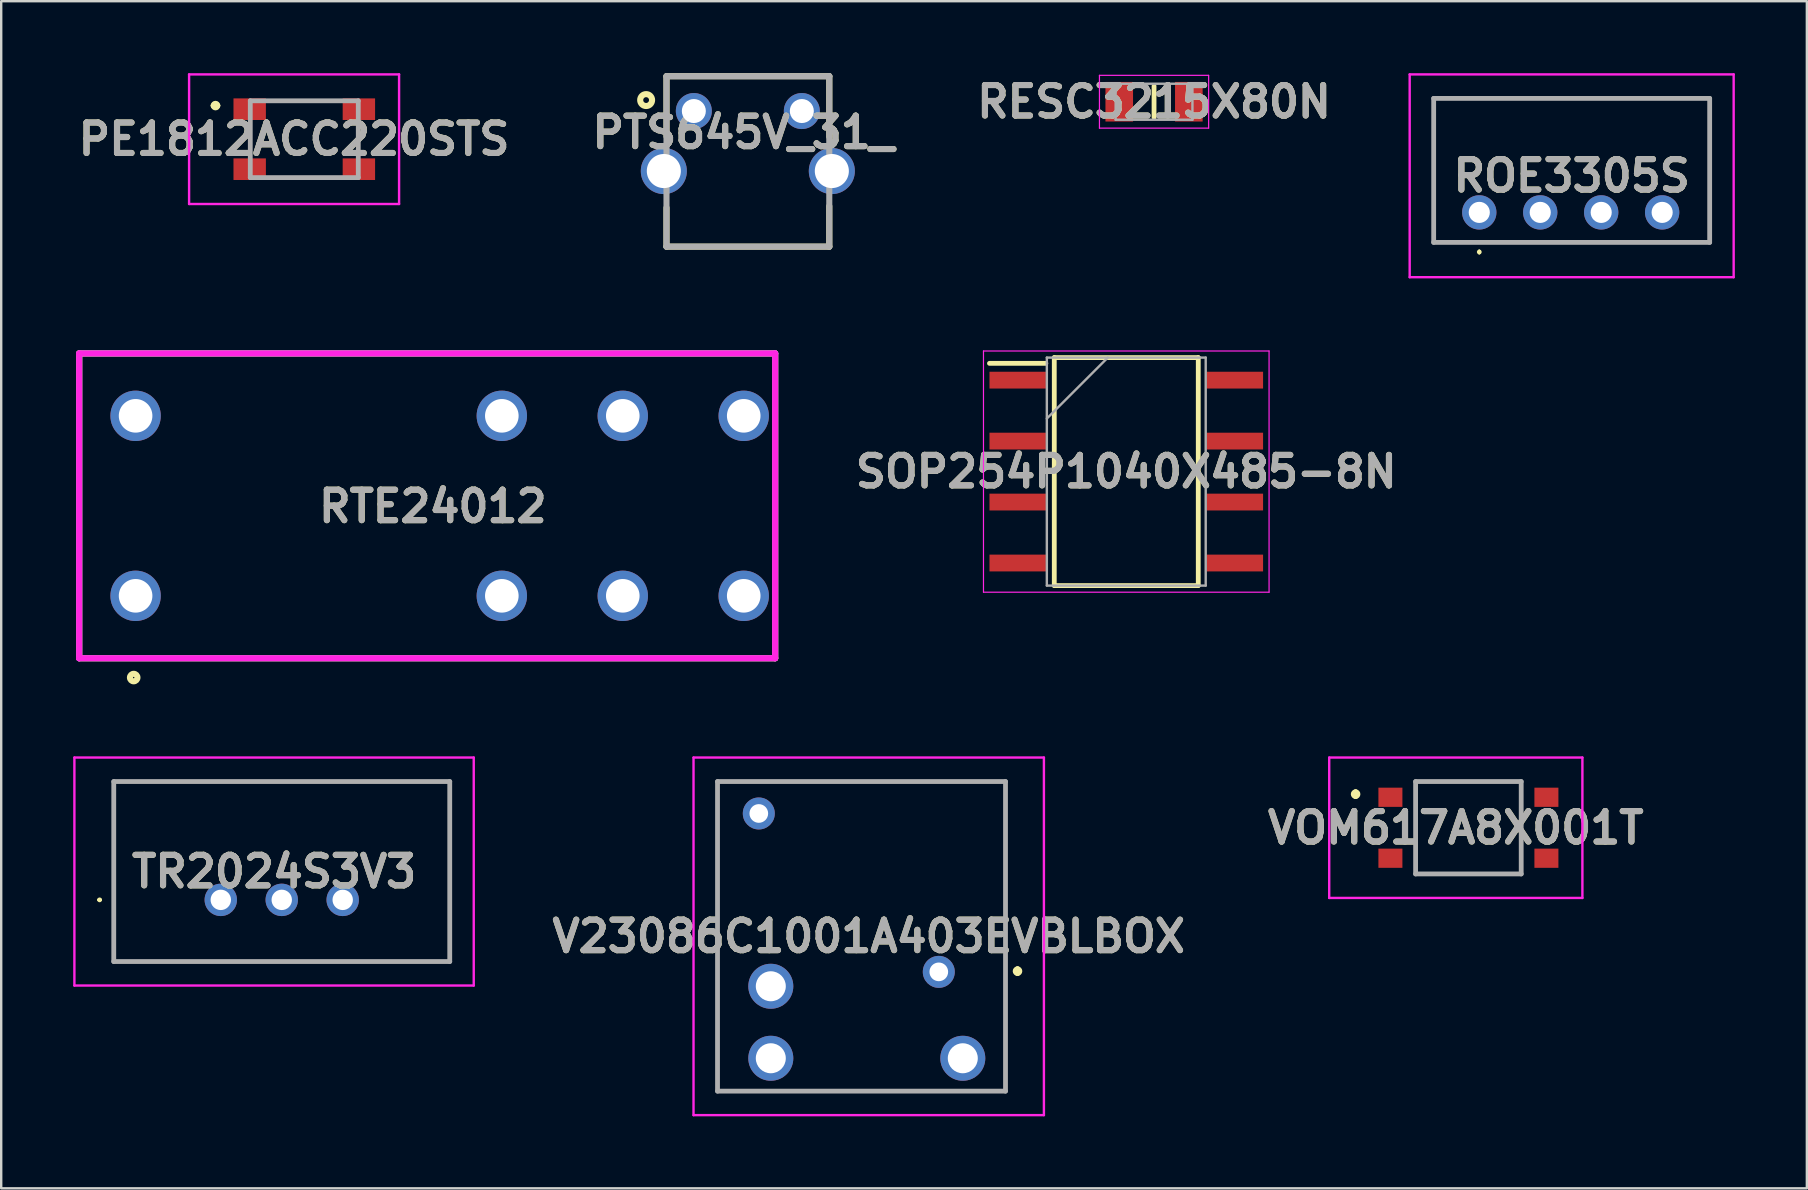
<source format=kicad_pcb>
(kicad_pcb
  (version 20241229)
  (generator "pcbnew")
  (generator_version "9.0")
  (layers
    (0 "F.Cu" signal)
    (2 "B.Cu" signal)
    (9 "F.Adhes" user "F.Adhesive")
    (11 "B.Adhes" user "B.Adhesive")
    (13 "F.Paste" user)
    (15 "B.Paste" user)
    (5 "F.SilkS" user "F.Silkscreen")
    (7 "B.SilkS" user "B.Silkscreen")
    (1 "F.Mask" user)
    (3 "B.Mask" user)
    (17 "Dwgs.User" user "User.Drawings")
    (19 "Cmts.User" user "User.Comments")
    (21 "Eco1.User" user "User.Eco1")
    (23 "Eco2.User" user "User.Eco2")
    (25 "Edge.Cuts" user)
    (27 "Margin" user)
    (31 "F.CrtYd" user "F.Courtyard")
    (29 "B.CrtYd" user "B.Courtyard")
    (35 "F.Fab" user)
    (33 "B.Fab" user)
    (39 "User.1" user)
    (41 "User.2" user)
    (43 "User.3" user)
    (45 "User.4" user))
  (footprint "PE1812ACC220STS"
    (layer "F.Cu")
    (at 9.629 2.75)
    (property "Reference" "PE1812ACC220STS" (at -0.425 0 0) (layer "F.SilkS") (effects (font (size 1.27 1.27) (thickness 0.254))))
    (attr smd)
    (fp_line (start -3.8 -1.4) (end -3.8 -1.4) (stroke (width 0.2) (type solid)) (layer "F.SilkS"))
    (fp_line (start -3.6 -1.4) (end -3.6 -1.4) (stroke (width 0.2) (type solid)) (layer "F.SilkS"))
    (fp_line (start -1 -1.6) (end 1 -1.6) (stroke (width 0.1) (type solid)) (layer "F.SilkS"))
    (fp_line (start -0.8 1.6) (end 1.2 1.6) (stroke (width 0.1) (type solid)) (layer "F.SilkS"))
    (fp_arc (start -3.8 -1.4) (mid -3.7 -1.5) (end -3.6 -1.4) (stroke (width 0.2) (type solid)) (layer "F.SilkS"))
    (fp_arc (start -3.6 -1.4) (mid -3.7 -1.3) (end -3.8 -1.4) (stroke (width 0.2) (type solid)) (layer "F.SilkS"))
    (fp_line (start -4.8 -2.7) (end 3.95 -2.7) (stroke (width 0.1) (type solid)) (layer "F.CrtYd"))
    (fp_line (start -4.8 2.7) (end -4.8 -2.7) (stroke (width 0.1) (type solid)) (layer "F.CrtYd"))
    (fp_line (start 3.95 -2.7) (end 3.95 2.7) (stroke (width 0.1) (type solid)) (layer "F.CrtYd"))
    (fp_line (start 3.95 2.7) (end -4.8 2.7) (stroke (width 0.1) (type solid)) (layer "F.CrtYd"))
    (fp_line (start -2.25 -1.6) (end 2.25 -1.6) (stroke (width 0.2) (type solid)) (layer "F.Fab"))
    (fp_line (start -2.25 1.6) (end -2.25 -1.6) (stroke (width 0.2) (type solid)) (layer "F.Fab"))
    (fp_line (start 2.25 -1.6) (end 2.25 1.6) (stroke (width 0.2) (type solid)) (layer "F.Fab"))
    (fp_line (start 2.25 1.6) (end -2.25 1.6) (stroke (width 0.2) (type solid)) (layer "F.Fab"))
    (fp_text user "${REFERENCE}" (at -0.425 0 0) (layer "F.Fab") (effects (font (size 1.27 1.27) (thickness 0.254))))
    (pad "1" smd rect (at -2.275 -1.25 90) (size 0.9 1.35) (layers "F.Cu" "F.Mask" "F.Paste"))
    (pad "2" smd rect (at -2.275 1.25 90) (size 0.9 1.35) (layers "F.Cu" "F.Mask" "F.Paste"))
    (pad "3" smd rect (at 2.275 1.25 90) (size 0.9 1.35) (layers "F.Cu" "F.Mask" "F.Paste"))
    (pad "4" smd rect (at 2.275 -1.25 90) (size 0.9 1.35) (layers "F.Cu" "F.Mask" "F.Paste")))
  (footprint "PTS645V_31_"
    (layer "F.Cu")
    (at 24.722 7.227)
    (property "Reference" "PTS645V_31_" (at 3.2 -4.762 0) (layer "F.SilkS") (effects (font (size 1.27 1.27) (thickness 0.254))))
    (attr through_hole)
    (fp_line (start 0 -7.1) (end 0 -4.592) (stroke (width 0.254) (type solid)) (layer "F.SilkS"))
    (fp_line (start 0 -7.1) (end 6.783 -7.1) (stroke (width 0.254) (type solid)) (layer "F.SilkS"))
    (fp_line (start 0 0) (end 0 -1.619) (stroke (width 0.254) (type solid)) (layer "F.SilkS"))
    (fp_line (start 0 0) (end 6.783 0) (stroke (width 0.254) (type solid)) (layer "F.SilkS"))
    (fp_line (start 6.783 -7.1) (end 6.783 -4.578) (stroke (width 0.254) (type solid)) (layer "F.SilkS"))
    (fp_line (start 6.783 0) (end 6.783 -1.689) (stroke (width 0.254) (type solid)) (layer "F.SilkS"))
    (fp_circle (center -0.849 -6.107) (end -0.849 -5.986) (stroke (width 0.254) (type solid)) (fill no) (layer "F.SilkS"))
    (fp_line (start 0 -7.1) (end 6.783 -7.1) (stroke (width 0.254) (type solid)) (layer "F.Fab"))
    (fp_line (start 0 0) (end 0 -7.1) (stroke (width 0.254) (type solid)) (layer "F.Fab"))
    (fp_line (start 6.783 -7.1) (end 6.783 0) (stroke (width 0.254) (type solid)) (layer "F.Fab"))
    (fp_line (start 6.783 0) (end 0 0) (stroke (width 0.254) (type solid)) (layer "F.Fab"))
    (fp_text user "${REFERENCE}" (at 3.2 -4.762 0) (layer "F.Fab") (effects (font (size 1.27 1.27) (thickness 0.254))))
    (pad "1" thru_hole circle (at 1.139 -5.65) (size 1.5 1.5) (drill 1) (layers "*.Cu" "*.Mask"))
    (pad "2" thru_hole circle (at 5.639 -5.65) (size 1.5 1.5) (drill 1) (layers "*.Cu" "*.Mask"))
    (pad "3" thru_hole circle (at 6.889 -3.15) (size 1.92 1.92) (drill 1.42) (layers "*.Cu" "*.Mask"))
    (pad "4" thru_hole circle (at -0.111 -3.15) (size 1.92 1.92) (drill 1.42) (layers "*.Cu" "*.Mask")))
  (footprint "V23086C1001A403EVBLBOX"
    (layer "F.Cu")
    (at 36.068 37.446)
    (property "Reference" "V23086C1001A403EVBLBOX" (at -2.92 -1.48 0) (layer "F.SilkS") (effects (font (size 1.27 1.27) (thickness 0.254))))
    (attr through_hole)
    (fp_line (start -9.22 -7.93) (end 2.78 -7.93) (stroke (width 0.1) (type solid)) (layer "F.SilkS"))
    (fp_line (start -9.22 4.97) (end -9.22 -7.93) (stroke (width 0.1) (type solid)) (layer "F.SilkS"))
    (fp_line (start 2.78 -7.93) (end 2.78 4.97) (stroke (width 0.1) (type solid)) (layer "F.SilkS"))
    (fp_line (start 2.78 4.97) (end -9.22 4.97) (stroke (width 0.1) (type solid)) (layer "F.SilkS"))
    (fp_line (start 3.28 -0.13) (end 3.28 -0.13) (stroke (width 0.2) (type solid)) (layer "F.SilkS"))
    (fp_line (start 3.28 0.07) (end 3.28 0.07) (stroke (width 0.2) (type solid)) (layer "F.SilkS"))
    (fp_arc (start 3.28 -0.13) (mid 3.38 -0.03) (end 3.28 0.07) (stroke (width 0.2) (type solid)) (layer "F.SilkS"))
    (fp_arc (start 3.28 0.07) (mid 3.18 -0.03) (end 3.28 -0.13) (stroke (width 0.2) (type solid)) (layer "F.SilkS"))
    (fp_line (start -10.22 -8.93) (end 4.38 -8.93) (stroke (width 0.1) (type solid)) (layer "F.CrtYd"))
    (fp_line (start -10.22 5.97) (end -10.22 -8.93) (stroke (width 0.1) (type solid)) (layer "F.CrtYd"))
    (fp_line (start 4.38 -8.93) (end 4.38 5.97) (stroke (width 0.1) (type solid)) (layer "F.CrtYd"))
    (fp_line (start 4.38 5.97) (end -10.22 5.97) (stroke (width 0.1) (type solid)) (layer "F.CrtYd"))
    (fp_line (start -9.22 -7.93) (end 2.78 -7.93) (stroke (width 0.2) (type solid)) (layer "F.Fab"))
    (fp_line (start -9.22 4.97) (end -9.22 -7.93) (stroke (width 0.2) (type solid)) (layer "F.Fab"))
    (fp_line (start 2.78 -7.93) (end 2.78 4.97) (stroke (width 0.2) (type solid)) (layer "F.Fab"))
    (fp_line (start 2.78 4.97) (end -9.22 4.97) (stroke (width 0.2) (type solid)) (layer "F.Fab"))
    (fp_text user "${REFERENCE}" (at -2.92 -1.48 0) (layer "F.Fab") (effects (font (size 1.27 1.27) (thickness 0.254))))
    (pad "1" thru_hole circle (at 0 0) (size 1.333 1.333) (drill 0.778) (layers "*.Cu" "*.Mask"))
    (pad "2" thru_hole circle (at -7.5 -6.6) (size 1.333 1.333) (drill 0.778) (layers "*.Cu" "*.Mask"))
    (pad "3" thru_hole circle (at -7 3.6) (size 1.875 1.875) (drill 1.25) (layers "*.Cu" "*.Mask"))
    (pad "4" thru_hole circle (at 1 3.6) (size 1.875 1.875) (drill 1.25) (layers "*.Cu" "*.Mask"))
    (pad "5" thru_hole circle (at -7 0.6) (size 1.875 1.875) (drill 1.25) (layers "*.Cu" "*.Mask")))
  (footprint "RESC3215X80N"
    (layer "F.Cu")
    (at 45.037 1.189)
    (property "Reference" "RESC3215X80N" (at 0 0 0) (layer "F.SilkS") (effects (font (size 1.27 1.27) (thickness 0.254))))
    (attr smd)
    (fp_line (start 0 -0.65) (end 0 0.65) (stroke (width 0.2) (type solid)) (layer "F.SilkS"))
    (fp_line (start -2.275 -1.1) (end 2.275 -1.1) (stroke (width 0.05) (type solid)) (layer "F.CrtYd"))
    (fp_line (start -2.275 1.1) (end -2.275 -1.1) (stroke (width 0.05) (type solid)) (layer "F.CrtYd"))
    (fp_line (start 2.275 -1.1) (end 2.275 1.1) (stroke (width 0.05) (type solid)) (layer "F.CrtYd"))
    (fp_line (start 2.275 1.1) (end -2.275 1.1) (stroke (width 0.05) (type solid)) (layer "F.CrtYd"))
    (fp_line (start -1.6 -0.75) (end 1.6 -0.75) (stroke (width 0.1) (type solid)) (layer "F.Fab"))
    (fp_line (start -1.6 0.75) (end -1.6 -0.75) (stroke (width 0.1) (type solid)) (layer "F.Fab"))
    (fp_line (start 1.6 -0.75) (end 1.6 0.75) (stroke (width 0.1) (type solid)) (layer "F.Fab"))
    (fp_line (start 1.6 0.75) (end -1.6 0.75) (stroke (width 0.1) (type solid)) (layer "F.Fab"))
    (fp_text user "${REFERENCE}" (at 0 0 0) (layer "F.Fab") (effects (font (size 1.27 1.27) (thickness 0.254))))
    (pad "1" smd rect (at -1.45 0) (size 1.15 1.65) (layers "F.Cu" "F.Mask" "F.Paste"))
    (pad "2" smd rect (at 1.45 0) (size 1.15 1.65) (layers "F.Cu" "F.Mask" "F.Paste")))
  (footprint "VOM617A8X001T"
    (layer "F.Cu")
    (at 57.361 31.441)
    (property "Reference" "VOM617A8X001T" (at 0.25 0 0) (layer "F.SilkS") (effects (font (size 1.27 1.27) (thickness 0.254))))
    (attr smd)
    (fp_line (start -3.925 -1.5) (end -3.925 -1.5) (stroke (width 0.2) (type solid)) (layer "F.SilkS"))
    (fp_line (start -3.925 -1.3) (end -3.925 -1.3) (stroke (width 0.2) (type solid)) (layer "F.SilkS"))
    (fp_line (start -1.425 -1.925) (end 2.975 -1.925) (stroke (width 0.1) (type solid)) (layer "F.SilkS"))
    (fp_line (start -1.425 1.925) (end -1.425 -1.925) (stroke (width 0.1) (type solid)) (layer "F.SilkS"))
    (fp_line (start 2.975 -1.925) (end 2.975 1.925) (stroke (width 0.1) (type solid)) (layer "F.SilkS"))
    (fp_line (start 2.975 1.925) (end -1.425 1.925) (stroke (width 0.1) (type solid)) (layer "F.SilkS"))
    (fp_arc (start -3.925 -1.5) (mid -3.825 -1.4) (end -3.925 -1.3) (stroke (width 0.2) (type solid)) (layer "F.SilkS"))
    (fp_arc (start -3.925 -1.3) (mid -4.025 -1.4) (end -3.925 -1.5) (stroke (width 0.2) (type solid)) (layer "F.SilkS"))
    (fp_line (start -5.025 -2.925) (end 5.525 -2.925) (stroke (width 0.1) (type solid)) (layer "F.CrtYd"))
    (fp_line (start -5.025 2.925) (end -5.025 -2.925) (stroke (width 0.1) (type solid)) (layer "F.CrtYd"))
    (fp_line (start 5.525 -2.925) (end 5.525 2.925) (stroke (width 0.1) (type solid)) (layer "F.CrtYd"))
    (fp_line (start 5.525 2.925) (end -5.025 2.925) (stroke (width 0.1) (type solid)) (layer "F.CrtYd"))
    (fp_line (start -1.425 -1.925) (end 2.975 -1.925) (stroke (width 0.2) (type solid)) (layer "F.Fab"))
    (fp_line (start -1.425 1.925) (end -1.425 -1.925) (stroke (width 0.2) (type solid)) (layer "F.Fab"))
    (fp_line (start 2.975 -1.925) (end 2.975 1.925) (stroke (width 0.2) (type solid)) (layer "F.Fab"))
    (fp_line (start 2.975 1.925) (end -1.425 1.925) (stroke (width 0.2) (type solid)) (layer "F.Fab"))
    (fp_text user "${REFERENCE}" (at 0.25 0 0) (layer "F.Fab") (effects (font (size 1.27 1.27) (thickness 0.254))))
    (pad "1" smd rect (at -2.475 -1.27 90) (size 0.8 1) (layers "F.Cu" "F.Mask" "F.Paste"))
    (pad "2" smd rect (at -2.475 1.27 90) (size 0.8 1) (layers "F.Cu" "F.Mask" "F.Paste"))
    (pad "3" smd rect (at 4.025 1.27 90) (size 0.8 1) (layers "F.Cu" "F.Mask" "F.Paste"))
    (pad "4" smd rect (at 4.025 -1.27 90) (size 0.8 1) (layers "F.Cu" "F.Mask" "F.Paste")))
  (footprint "RTE24012"
    (layer "F.Cu")
    (at 0.25 24.377)
    (property "Reference" "RTE24012" (at 14.735 -6.327 0) (layer "F.SilkS") (effects (font (size 1.27 1.27) (thickness 0.254))))
    (attr through_hole)
    (fp_line (start 0 -12.7) (end 0 0) (stroke (width 0.254) (type solid)) (layer "F.SilkS"))
    (fp_line (start 0 0) (end 29 0) (stroke (width 0.254) (type solid)) (layer "F.SilkS"))
    (fp_line (start 29 -12.7) (end 0 -12.7) (stroke (width 0.254) (type solid)) (layer "F.SilkS"))
    (fp_line (start 29 0) (end 29 -12.7) (stroke (width 0.254) (type solid)) (layer "F.SilkS"))
    (fp_circle (center 2.271 0.806) (end 2.271 0.962) (stroke (width 0.254) (type solid)) (fill no) (layer "F.SilkS"))
    (fp_line (start 0 -12.7) (end 0 0) (stroke (width 0.254) (type solid)) (layer "F.CrtYd"))
    (fp_line (start 0 0) (end 29 0) (stroke (width 0.254) (type solid)) (layer "F.CrtYd"))
    (fp_line (start 29 -12.7) (end 0 -12.7) (stroke (width 0.254) (type solid)) (layer "F.CrtYd"))
    (fp_line (start 29 0) (end 29 -12.7) (stroke (width 0.254) (type solid)) (layer "F.CrtYd"))
    (fp_line (start 0 -12.7) (end 29 -12.7) (stroke (width 0.254) (type solid)) (layer "F.Fab"))
    (fp_line (start 0 0) (end 0 -12.7) (stroke (width 0.254) (type solid)) (layer "F.Fab"))
    (fp_line (start 29 -12.7) (end 29 0) (stroke (width 0.254) (type solid)) (layer "F.Fab"))
    (fp_line (start 29 0) (end 0 0) (stroke (width 0.254) (type solid)) (layer "F.Fab"))
    (fp_text user "${REFERENCE}" (at 14.735 -6.327 0) (layer "F.Fab") (effects (font (size 1.27 1.27) (thickness 0.254))))
    (pad "1" thru_hole circle (at 2.35 -2.6) (size 2.1 2.1) (drill 1.4) (layers "*.Cu" "*.Mask"))
    (pad "2" thru_hole circle (at 17.61 -2.6) (size 2.1 2.1) (drill 1.4) (layers "*.Cu" "*.Mask"))
    (pad "3" thru_hole circle (at 22.65 -2.6) (size 2.1 2.1) (drill 1.4) (layers "*.Cu" "*.Mask"))
    (pad "4" thru_hole circle (at 27.69 -2.6) (size 2.1 2.1) (drill 1.4) (layers "*.Cu" "*.Mask"))
    (pad "5" thru_hole circle (at 27.69 -10.1) (size 2.1 2.1) (drill 1.4) (layers "*.Cu" "*.Mask"))
    (pad "6" thru_hole circle (at 22.65 -10.1) (size 2.1 2.1) (drill 1.4) (layers "*.Cu" "*.Mask"))
    (pad "7" thru_hole circle (at 17.61 -10.1) (size 2.1 2.1) (drill 1.4) (layers "*.Cu" "*.Mask"))
    (pad "8" thru_hole circle (at 2.35 -10.1) (size 2.1 2.1) (drill 1.4) (layers "*.Cu" "*.Mask")))
  (footprint "ROE3305S"
    (layer "F.Cu")
    (at 58.589 5.8)
    (property "Reference" "ROE3305S" (at 3.85 -1.525 0) (layer "F.SilkS") (effects (font (size 1.27 1.27) (thickness 0.254))))
    (attr through_hole)
    (fp_line (start -1.9 -4.75) (end 9.6 -4.75) (stroke (width 0.1) (type solid)) (layer "F.SilkS"))
    (fp_line (start -1.9 1.25) (end -1.9 -4.75) (stroke (width 0.1) (type solid)) (layer "F.SilkS"))
    (fp_line (start 0 1.6) (end 0 1.6) (stroke (width 0.1) (type solid)) (layer "F.SilkS"))
    (fp_line (start 0 1.7) (end 0 1.7) (stroke (width 0.1) (type solid)) (layer "F.SilkS"))
    (fp_line (start 9.6 -4.75) (end 9.6 1.25) (stroke (width 0.1) (type solid)) (layer "F.SilkS"))
    (fp_line (start 9.6 1.25) (end -1.9 1.25) (stroke (width 0.1) (type solid)) (layer "F.SilkS"))
    (fp_arc (start 0 1.6) (mid 0.05 1.65) (end 0 1.7) (stroke (width 0.1) (type solid)) (layer "F.SilkS"))
    (fp_arc (start 0 1.7) (mid -0.05 1.65) (end 0 1.6) (stroke (width 0.1) (type solid)) (layer "F.SilkS"))
    (fp_line (start -2.9 -5.75) (end 10.6 -5.75) (stroke (width 0.1) (type solid)) (layer "F.CrtYd"))
    (fp_line (start -2.9 2.7) (end -2.9 -5.75) (stroke (width 0.1) (type solid)) (layer "F.CrtYd"))
    (fp_line (start 10.6 -5.75) (end 10.6 2.7) (stroke (width 0.1) (type solid)) (layer "F.CrtYd"))
    (fp_line (start 10.6 2.7) (end -2.9 2.7) (stroke (width 0.1) (type solid)) (layer "F.CrtYd"))
    (fp_line (start -1.9 -4.75) (end -1.9 1.25) (stroke (width 0.2) (type solid)) (layer "F.Fab"))
    (fp_line (start -1.9 1.25) (end 9.6 1.25) (stroke (width 0.2) (type solid)) (layer "F.Fab"))
    (fp_line (start 9.6 -4.75) (end -1.9 -4.75) (stroke (width 0.2) (type solid)) (layer "F.Fab"))
    (fp_line (start 9.6 1.25) (end 9.6 -4.75) (stroke (width 0.2) (type solid)) (layer "F.Fab"))
    (fp_text user "${REFERENCE}" (at 3.85 -1.525 0) (layer "F.Fab") (effects (font (size 1.27 1.27) (thickness 0.254))))
    (pad "1" thru_hole circle (at 0 0) (size 1.43 1.43) (drill 0.88) (layers "*.Cu" "*.Mask"))
    (pad "2" thru_hole circle (at 2.54 0) (size 1.43 1.43) (drill 0.88) (layers "*.Cu" "*.Mask"))
    (pad "3" thru_hole circle (at 5.08 0) (size 1.43 1.43) (drill 0.88) (layers "*.Cu" "*.Mask"))
    (pad "4" thru_hole circle (at 7.62 0) (size 1.43 1.43) (drill 0.88) (layers "*.Cu" "*.Mask")))
  (footprint "TR2024S3V3"
    (layer "F.Cu")
    (at 6.15 34.446)
    (property "Reference" "TR2024S3V3" (at 2.22 -1.18 0) (layer "F.SilkS") (effects (font (size 1.27 1.27) (thickness 0.254))))
    (attr through_hole)
    (fp_line (start -5.1 0) (end -5.1 0) (stroke (width 0.1) (type solid)) (layer "F.SilkS"))
    (fp_line (start -5 0) (end -5 0) (stroke (width 0.1) (type solid)) (layer "F.SilkS"))
    (fp_line (start -4.46 -4.93) (end -4.46 2.57) (stroke (width 0.1) (type solid)) (layer "F.SilkS"))
    (fp_line (start -4.46 2.57) (end 9.54 2.57) (stroke (width 0.1) (type solid)) (layer "F.SilkS"))
    (fp_line (start 9.54 -4.93) (end -4.46 -4.93) (stroke (width 0.1) (type solid)) (layer "F.SilkS"))
    (fp_line (start 9.54 2.57) (end 9.54 -4.93) (stroke (width 0.1) (type solid)) (layer "F.SilkS"))
    (fp_arc (start -5.1 0) (mid -5.05 -0.05) (end -5 0) (stroke (width 0.1) (type solid)) (layer "F.SilkS"))
    (fp_arc (start -5 0) (mid -5.05 0.05) (end -5.1 0) (stroke (width 0.1) (type solid)) (layer "F.SilkS"))
    (fp_line (start -6.1 -5.93) (end -6.1 3.57) (stroke (width 0.1) (type solid)) (layer "F.CrtYd"))
    (fp_line (start -6.1 3.57) (end 10.54 3.57) (stroke (width 0.1) (type solid)) (layer "F.CrtYd"))
    (fp_line (start 10.54 -5.93) (end -6.1 -5.93) (stroke (width 0.1) (type solid)) (layer "F.CrtYd"))
    (fp_line (start 10.54 3.57) (end 10.54 -5.93) (stroke (width 0.1) (type solid)) (layer "F.CrtYd"))
    (fp_line (start -4.46 -4.93) (end -4.46 2.57) (stroke (width 0.2) (type solid)) (layer "F.Fab"))
    (fp_line (start -4.46 2.57) (end 9.54 2.57) (stroke (width 0.2) (type solid)) (layer "F.Fab"))
    (fp_line (start 9.54 -4.93) (end -4.46 -4.93) (stroke (width 0.2) (type solid)) (layer "F.Fab"))
    (fp_line (start 9.54 2.57) (end 9.54 -4.93) (stroke (width 0.2) (type solid)) (layer "F.Fab"))
    (fp_text user "${REFERENCE}" (at 2.22 -1.18 0) (layer "F.Fab") (effects (font (size 1.27 1.27) (thickness 0.254))))
    (pad "1" thru_hole circle (at 0 0) (size 1.35 1.35) (drill 0.85) (layers "*.Cu" "*.Mask"))
    (pad "2" thru_hole circle (at 2.54 0) (size 1.35 1.35) (drill 0.85) (layers "*.Cu" "*.Mask"))
    (pad "3" thru_hole circle (at 5.08 0) (size 1.35 1.35) (drill 0.85) (layers "*.Cu" "*.Mask")))
  (footprint "SOP254P1040X485-8N"
    (layer "F.Cu")
    (at 43.88 16.6)
    (property "Reference" "SOP254P1040X485-8N" (at 0 0 0) (layer "F.SilkS") (effects (font (size 1.27 1.27) (thickness 0.254))))
    (attr smd)
    (fp_line (start -5.7 -4.51) (end -3.35 -4.51) (stroke (width 0.2) (type solid)) (layer "F.SilkS"))
    (fp_line (start -3 -4.75) (end 3 -4.75) (stroke (width 0.2) (type solid)) (layer "F.SilkS"))
    (fp_line (start -3 4.75) (end -3 -4.75) (stroke (width 0.2) (type solid)) (layer "F.SilkS"))
    (fp_line (start 3 -4.75) (end 3 4.75) (stroke (width 0.2) (type solid)) (layer "F.SilkS"))
    (fp_line (start 3 4.75) (end -3 4.75) (stroke (width 0.2) (type solid)) (layer "F.SilkS"))
    (fp_line (start -5.95 -5.025) (end 5.95 -5.025) (stroke (width 0.05) (type solid)) (layer "F.CrtYd"))
    (fp_line (start -5.95 5.025) (end -5.95 -5.025) (stroke (width 0.05) (type solid)) (layer "F.CrtYd"))
    (fp_line (start 5.95 -5.025) (end 5.95 5.025) (stroke (width 0.05) (type solid)) (layer "F.CrtYd"))
    (fp_line (start 5.95 5.025) (end -5.95 5.025) (stroke (width 0.05) (type solid)) (layer "F.CrtYd"))
    (fp_line (start -3.31 -4.75) (end 3.31 -4.75) (stroke (width 0.1) (type solid)) (layer "F.Fab"))
    (fp_line (start -3.31 -2.21) (end -0.77 -4.75) (stroke (width 0.1) (type solid)) (layer "F.Fab"))
    (fp_line (start -3.31 4.75) (end -3.31 -4.75) (stroke (width 0.1) (type solid)) (layer "F.Fab"))
    (fp_line (start 3.31 -4.75) (end 3.31 4.75) (stroke (width 0.1) (type solid)) (layer "F.Fab"))
    (fp_line (start 3.31 4.75) (end -3.31 4.75) (stroke (width 0.1) (type solid)) (layer "F.Fab"))
    (fp_text user "${REFERENCE}" (at 0 0 0) (layer "F.Fab") (effects (font (size 1.27 1.27) (thickness 0.254))))
    (pad "1" smd rect (at -4.525 -3.81 90) (size 0.7 2.35) (layers "F.Cu" "F.Mask" "F.Paste"))
    (pad "2" smd rect (at -4.525 -1.27 90) (size 0.7 2.35) (layers "F.Cu" "F.Mask" "F.Paste"))
    (pad "3" smd rect (at -4.525 1.27 90) (size 0.7 2.35) (layers "F.Cu" "F.Mask" "F.Paste"))
    (pad "4" smd rect (at -4.525 3.81 90) (size 0.7 2.35) (layers "F.Cu" "F.Mask" "F.Paste"))
    (pad "5" smd rect (at 4.525 3.81 90) (size 0.7 2.35) (layers "F.Cu" "F.Mask" "F.Paste"))
    (pad "6" smd rect (at 4.525 1.27 90) (size 0.7 2.35) (layers "F.Cu" "F.Mask" "F.Paste"))
    (pad "7" smd rect (at 4.525 -1.27 90) (size 0.7 2.35) (layers "F.Cu" "F.Mask" "F.Paste"))
    (pad "8" smd rect (at 4.525 -3.81 90) (size 0.7 2.35) (layers "F.Cu" "F.Mask" "F.Paste")))
  (gr_rect
    (start -3 -3)
    (end 72.239 46.466)
    (stroke (width 0.1) (type default))
    (fill no)
    (layer "Edge.Cuts")))
</source>
